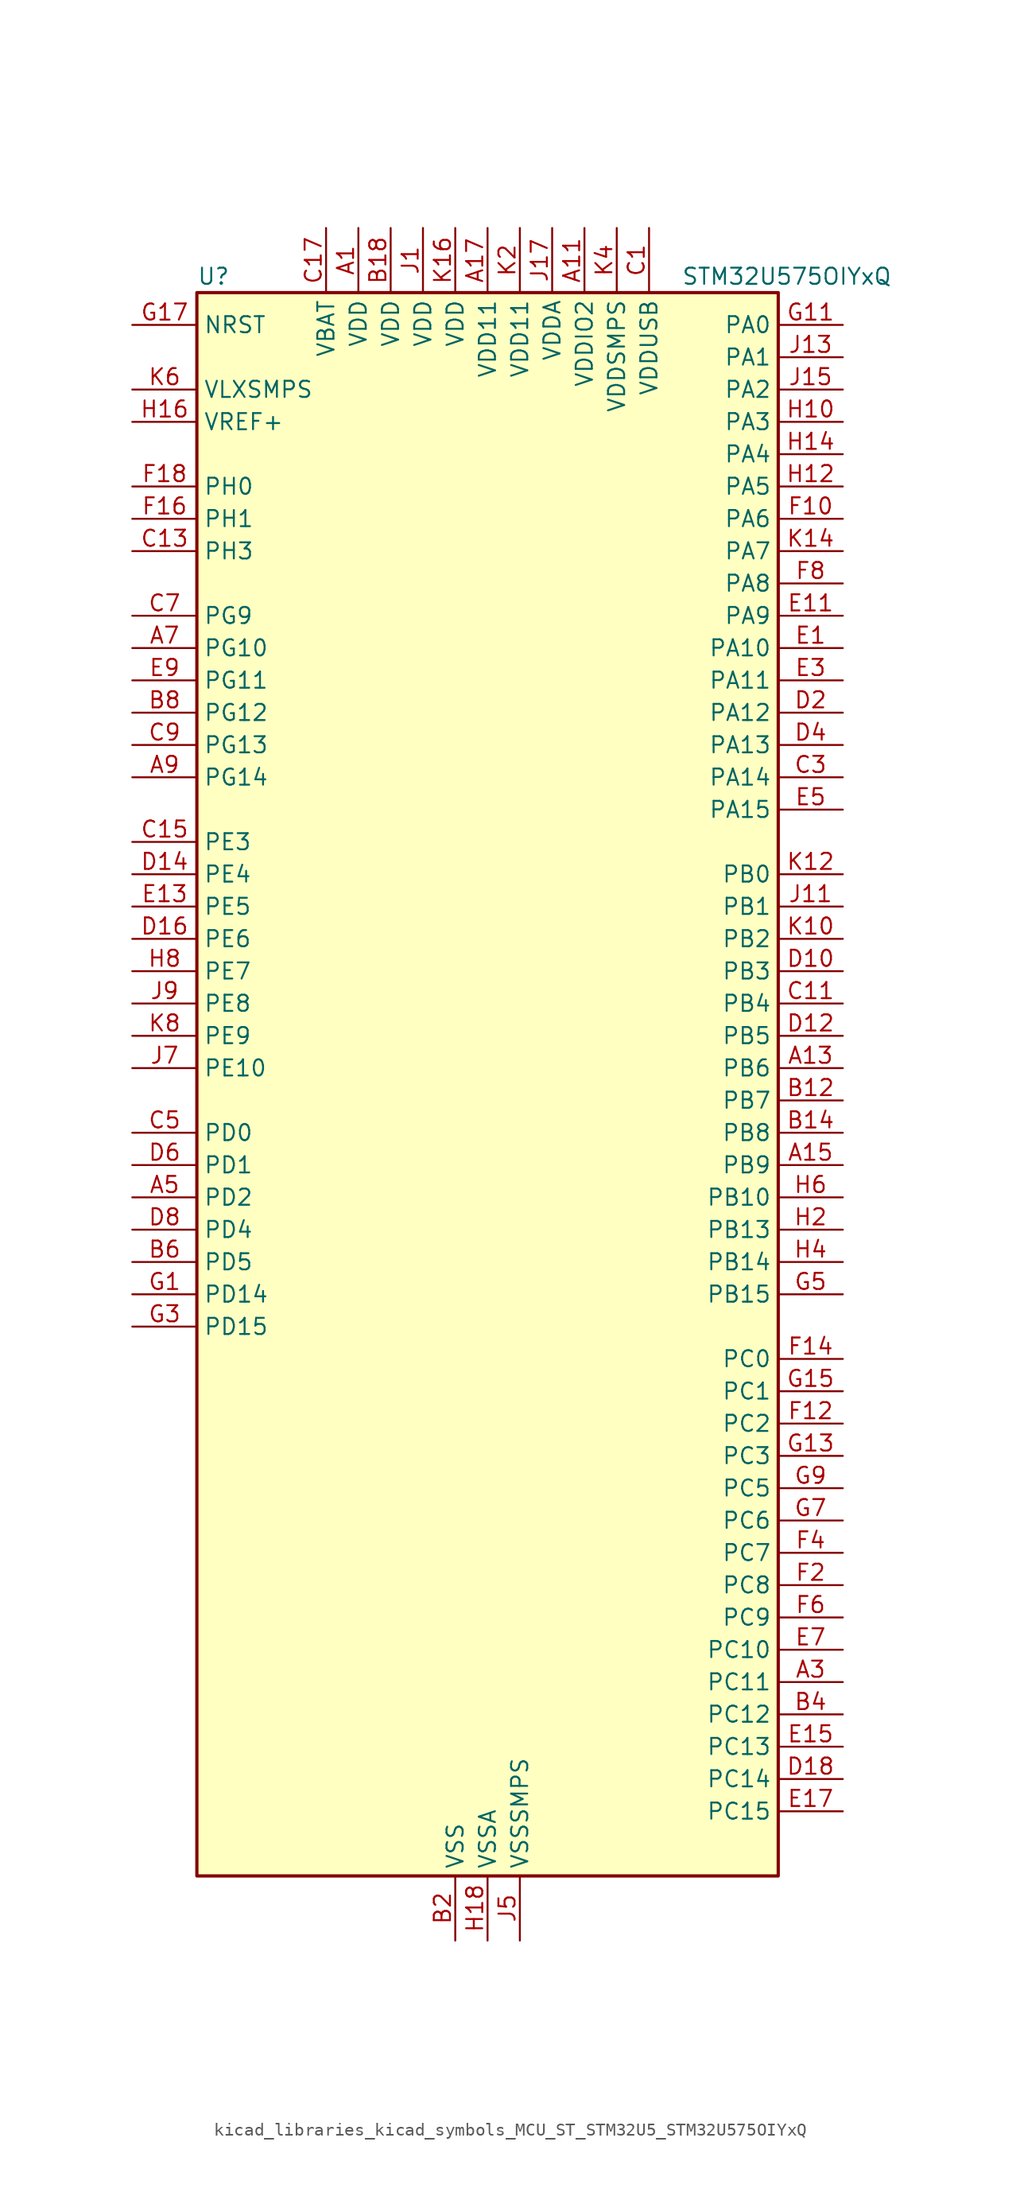
<source format=kicad_sym>
(kicad_symbol_lib
  (version 20220914)
  (generator kicad_symbol_editor)
  (symbol "kicad_libraries_kicad_symbols_MCU_ST_STM32U5_STM32U575OIYxQ"
    (property "Reference" "U"
      (at -22.86 64.77 0)
      (effects (font (size 1.27 1.27)) (justify left)))
    (property "Value" "STM32U575OIYxQ"
      (at 15.24 64.77 0)
      (effects (font (size 1.27 1.27)) (justify left)))
    (property "ki_locked" ""
      (at 0 0 0)
      (effects (font (size 1.27 1.27))))
    (symbol "kicad_libraries_kicad_symbols_MCU_ST_STM32U5_STM32U575OIYxQ_0_1"
      (rectangle (start -22.86 -60.96) (end 22.86 63.5) (stroke (width 0.254) (type default)) (fill (type background))))
    (symbol "kicad_libraries_kicad_symbols_MCU_ST_STM32U5_STM32U575OIYxQ_1_1"
      (pin power_in line (at -10.16 68.58 270) (length 5.08) (name "VDD" (effects (font (size 1.27 1.27)))) (number "A1" (effects (font (size 1.27 1.27)))))
      (pin power_in line (at 7.62 68.58 270) (length 5.08) (name "VDDIO2" (effects (font (size 1.27 1.27)))) (number "A11" (effects (font (size 1.27 1.27)))))
      (pin bidirectional line (at 27.94 2.54 180) (length 5.08) (name "PB6" (effects (font (size 1.27 1.27)))) (number "A13" (effects (font (size 1.27 1.27)))) (alternate "COMP2_INP" bidirectional line) (alternate "DCMI_D5" bidirectional line) (alternate "I2C1_SCL" bidirectional line) (alternate "I2C4_SCL" bidirectional line) (alternate "LPTIM1_ETR" bidirectional line) (alternate "MDF1_SDI5" bidirectional line) (alternate "PSSI_D5" bidirectional line) (alternate "PWR_WKUP3" bidirectional line) (alternate "SAI1_FS_B" bidirectional line) (alternate "TIM16_CH1N" bidirectional line) (alternate "TIM4_CH1" bidirectional line) (alternate "TIM8_BKIN2" bidirectional line) (alternate "TSC_G2_IO3" bidirectional line) (alternate "USART1_TX" bidirectional line))
      (pin bidirectional line (at 27.94 -5.08 180) (length 5.08) (name "PB9" (effects (font (size 1.27 1.27)))) (number "A15" (effects (font (size 1.27 1.27)))) (alternate "DAC1_EXTI9" bidirectional line) (alternate "DCMI_D7" bidirectional line) (alternate "FDCAN1_TX" bidirectional line) (alternate "I2C1_SDA" bidirectional line) (alternate "IR_OUT" bidirectional line) (alternate "PSSI_D7" bidirectional line) (alternate "SAI1_D2" bidirectional line) (alternate "SAI1_FS_A" bidirectional line) (alternate "SDMMC1_CDIR" bidirectional line) (alternate "SDMMC1_D5" bidirectional line) (alternate "SDMMC2_D5" bidirectional line) (alternate "SPI2_NSS" bidirectional line) (alternate "TIM17_CH1" bidirectional line) (alternate "TIM4_CH4" bidirectional line))
      (pin power_in line (at 0 68.58 270) (length 5.08) (name "VDD11" (effects (font (size 1.27 1.27)))) (number "A17" (effects (font (size 1.27 1.27)))))
      (pin bidirectional line (at 27.94 -45.72 180) (length 5.08) (name "PC11" (effects (font (size 1.27 1.27)))) (number "A3" (effects (font (size 1.27 1.27)))) (alternate "ADC1_EXTI11" bidirectional line) (alternate "ADF1_SDI0" bidirectional line) (alternate "DCMI_D2" bidirectional line) (alternate "DCMI_D4" bidirectional line) (alternate "LPTIM3_IN1" bidirectional line) (alternate "OCTOSPIM_P1_NCS" bidirectional line) (alternate "PSSI_D2" bidirectional line) (alternate "PSSI_D4" bidirectional line) (alternate "SDMMC1_D3" bidirectional line) (alternate "SPI3_MISO" bidirectional line) (alternate "TSC_G3_IO3" bidirectional line) (alternate "UART4_RX" bidirectional line) (alternate "UCPD1_FRSTX2" bidirectional line) (alternate "USART3_RX" bidirectional line))
      (pin bidirectional line (at -27.94 -7.62 0) (length 5.08) (name "PD2" (effects (font (size 1.27 1.27)))) (number "A5" (effects (font (size 1.27 1.27)))) (alternate "DCMI_D11" bidirectional line) (alternate "DEBUG_TRACED2" bidirectional line) (alternate "LPTIM4_ETR" bidirectional line) (alternate "PSSI_D11" bidirectional line) (alternate "SDMMC1_CMD" bidirectional line) (alternate "TIM3_ETR" bidirectional line) (alternate "TSC_SYNC" bidirectional line) (alternate "UART5_RX" bidirectional line) (alternate "USART3_DE" bidirectional line) (alternate "USART3_RTS" bidirectional line))
      (pin bidirectional line (at -27.94 35.56 0) (length 5.08) (name "PG10" (effects (font (size 1.27 1.27)))) (number "A7" (effects (font (size 1.27 1.27)))) (alternate "FMC_NE3" bidirectional line) (alternate "LPTIM1_IN1" bidirectional line) (alternate "OCTOSPIM_P2_IO7" bidirectional line) (alternate "SPI3_MISO" bidirectional line) (alternate "TIM15_CH1" bidirectional line) (alternate "USART1_RX" bidirectional line))
      (pin bidirectional line (at -27.94 25.4 0) (length 5.08) (name "PG14" (effects (font (size 1.27 1.27)))) (number "A9" (effects (font (size 1.27 1.27)))) (alternate "FMC_A25" bidirectional line) (alternate "I2C1_SCL" bidirectional line) (alternate "LPTIM1_CH2" bidirectional line))
      (pin passive line (at -2.54 -66.04 90) (length 5.08) hide (name "VSS" (effects (font (size 1.27 1.27)))) (number "B10" (effects (font (size 1.27 1.27)))))
      (pin bidirectional line (at 27.94 0 180) (length 5.08) (name "PB7" (effects (font (size 1.27 1.27)))) (number "B12" (effects (font (size 1.27 1.27)))) (alternate "COMP2_INM" bidirectional line) (alternate "DCMI_VSYNC" bidirectional line) (alternate "FMC_NL" bidirectional line) (alternate "I2C1_SDA" bidirectional line) (alternate "I2C4_SDA" bidirectional line) (alternate "LPTIM1_IN2" bidirectional line) (alternate "MDF1_CKI5" bidirectional line) (alternate "PSSI_RDY" bidirectional line) (alternate "PWR_PVD_IN" bidirectional line) (alternate "PWR_WKUP4" bidirectional line) (alternate "TIM17_CH1N" bidirectional line) (alternate "TIM4_CH2" bidirectional line) (alternate "TIM8_BKIN" bidirectional line) (alternate "TSC_G2_IO4" bidirectional line) (alternate "UART4_CTS" bidirectional line) (alternate "USART1_RX" bidirectional line))
      (pin bidirectional line (at 27.94 -2.54 180) (length 5.08) (name "PB8" (effects (font (size 1.27 1.27)))) (number "B14" (effects (font (size 1.27 1.27)))) (alternate "DCMI_D6" bidirectional line) (alternate "FDCAN1_RX" bidirectional line) (alternate "I2C1_SCL" bidirectional line) (alternate "MDF1_CCK0" bidirectional line) (alternate "PSSI_D6" bidirectional line) (alternate "PWR_WKUP5" bidirectional line) (alternate "SAI1_CK1" bidirectional line) (alternate "SAI1_MCLK_A" bidirectional line) (alternate "SDMMC1_CKIN" bidirectional line) (alternate "SDMMC1_D4" bidirectional line) (alternate "SDMMC2_D4" bidirectional line) (alternate "SPI3_RDY" bidirectional line) (alternate "TIM16_CH1" bidirectional line) (alternate "TIM4_CH3" bidirectional line))
      (pin passive line (at -2.54 -66.04 90) (length 5.08) hide (name "VSS" (effects (font (size 1.27 1.27)))) (number "B16" (effects (font (size 1.27 1.27)))))
      (pin power_in line (at -7.62 68.58 270) (length 5.08) (name "VDD" (effects (font (size 1.27 1.27)))) (number "B18" (effects (font (size 1.27 1.27)))))
      (pin power_in line (at -2.54 -66.04 90) (length 5.08) (name "VSS" (effects (font (size 1.27 1.27)))) (number "B2" (effects (font (size 1.27 1.27)))))
      (pin bidirectional line (at 27.94 -48.26 180) (length 5.08) (name "PC12" (effects (font (size 1.27 1.27)))) (number "B4" (effects (font (size 1.27 1.27)))) (alternate "DCMI_D9" bidirectional line) (alternate "DEBUG_TRACED3" bidirectional line) (alternate "PSSI_D9" bidirectional line) (alternate "SDMMC1_CK" bidirectional line) (alternate "SPI3_MOSI" bidirectional line) (alternate "TSC_G3_IO4" bidirectional line) (alternate "UART5_TX" bidirectional line) (alternate "USART3_CK" bidirectional line))
      (pin bidirectional line (at -27.94 -12.7 0) (length 5.08) (name "PD5" (effects (font (size 1.27 1.27)))) (number "B6" (effects (font (size 1.27 1.27)))) (alternate "FMC_NWE" bidirectional line) (alternate "OCTOSPIM_P1_IO5" bidirectional line) (alternate "SPI2_RDY" bidirectional line) (alternate "USART2_TX" bidirectional line))
      (pin bidirectional line (at -27.94 30.48 0) (length 5.08) (name "PG12" (effects (font (size 1.27 1.27)))) (number "B8" (effects (font (size 1.27 1.27)))) (alternate "FMC_NE4" bidirectional line) (alternate "LPTIM1_ETR" bidirectional line) (alternate "OCTOSPIM_P2_NCS" bidirectional line) (alternate "SPI3_NSS" bidirectional line) (alternate "USART1_DE" bidirectional line) (alternate "USART1_RTS" bidirectional line))
      (pin power_in line (at 12.7 68.58 270) (length 5.08) (name "VDDUSB" (effects (font (size 1.27 1.27)))) (number "C1" (effects (font (size 1.27 1.27)))))
      (pin bidirectional line (at 27.94 7.62 180) (length 5.08) (name "PB4" (effects (font (size 1.27 1.27)))) (number "C11" (effects (font (size 1.27 1.27)))) (alternate "ADF1_SDI0" bidirectional line) (alternate "COMP2_INP" bidirectional line) (alternate "DCMI_D12" bidirectional line) (alternate "DEBUG_JTRST" bidirectional line) (alternate "I2C3_SDA" bidirectional line) (alternate "LPTIM1_CH2" bidirectional line) (alternate "PSSI_D12" bidirectional line) (alternate "SAI1_MCLK_B" bidirectional line) (alternate "SDMMC2_D3" bidirectional line) (alternate "SPI1_MISO" bidirectional line) (alternate "SPI3_MISO" bidirectional line) (alternate "TIM17_BKIN" bidirectional line) (alternate "TIM3_CH1" bidirectional line) (alternate "TSC_G2_IO1" bidirectional line) (alternate "UART5_DE" bidirectional line) (alternate "UART5_RTS" bidirectional line) (alternate "USART1_CTS" bidirectional line))
      (pin bidirectional line (at -27.94 43.18 0) (length 5.08) (name "PH3" (effects (font (size 1.27 1.27)))) (number "C13" (effects (font (size 1.27 1.27)))))
      (pin bidirectional line (at -27.94 20.32 0) (length 5.08) (name "PE3" (effects (font (size 1.27 1.27)))) (number "C15" (effects (font (size 1.27 1.27)))) (alternate "DEBUG_TRACED0" bidirectional line) (alternate "FMC_A19" bidirectional line) (alternate "OCTOSPIM_P1_DQS" bidirectional line) (alternate "SAI1_SD_B" bidirectional line) (alternate "TAMP_IN6" bidirectional line) (alternate "TAMP_OUT3" bidirectional line) (alternate "TIM3_CH1" bidirectional line) (alternate "TSC_G7_IO2" bidirectional line))
      (pin power_in line (at -12.7 68.58 270) (length 5.08) (name "VBAT" (effects (font (size 1.27 1.27)))) (number "C17" (effects (font (size 1.27 1.27)))))
      (pin bidirectional line (at 27.94 25.4 180) (length 5.08) (name "PA14" (effects (font (size 1.27 1.27)))) (number "C3" (effects (font (size 1.27 1.27)))) (alternate "DEBUG_JTCK-SWCLK" bidirectional line) (alternate "I2C1_SMBA" bidirectional line) (alternate "I2C4_SMBA" bidirectional line) (alternate "LPTIM1_CH1" bidirectional line) (alternate "SAI1_FS_B" bidirectional line) (alternate "USB_OTG_FS_SOF" bidirectional line))
      (pin bidirectional line (at -27.94 -2.54 0) (length 5.08) (name "PD0" (effects (font (size 1.27 1.27)))) (number "C5" (effects (font (size 1.27 1.27)))) (alternate "FDCAN1_RX" bidirectional line) (alternate "FMC_D2" bidirectional line) (alternate "FMC_DA2" bidirectional line) (alternate "SPI2_NSS" bidirectional line) (alternate "TIM8_CH4N" bidirectional line))
      (pin bidirectional line (at -27.94 38.1 0) (length 5.08) (name "PG9" (effects (font (size 1.27 1.27)))) (number "C7" (effects (font (size 1.27 1.27)))) (alternate "DAC1_EXTI9" bidirectional line) (alternate "FMC_NCE" bidirectional line) (alternate "FMC_NE2" bidirectional line) (alternate "OCTOSPIM_P2_IO6" bidirectional line) (alternate "SPI3_SCK" bidirectional line) (alternate "TIM15_CH1N" bidirectional line) (alternate "USART1_TX" bidirectional line))
      (pin bidirectional line (at -27.94 27.94 0) (length 5.08) (name "PG13" (effects (font (size 1.27 1.27)))) (number "C9" (effects (font (size 1.27 1.27)))) (alternate "FMC_A24" bidirectional line) (alternate "I2C1_SDA" bidirectional line) (alternate "SPI3_RDY" bidirectional line) (alternate "USART1_CK" bidirectional line))
      (pin bidirectional line (at 27.94 10.16 180) (length 5.08) (name "PB3" (effects (font (size 1.27 1.27)))) (number "D10" (effects (font (size 1.27 1.27)))) (alternate "ADF1_CCK0" bidirectional line) (alternate "COMP2_INM" bidirectional line) (alternate "CRS_SYNC" bidirectional line) (alternate "DEBUG_JTDO-SWO" bidirectional line) (alternate "I2C1_SDA" bidirectional line) (alternate "LPTIM1_CH1" bidirectional line) (alternate "SAI1_SCK_B" bidirectional line) (alternate "SDMMC2_D2" bidirectional line) (alternate "SPI1_SCK" bidirectional line) (alternate "SPI3_SCK" bidirectional line) (alternate "TIM2_CH2" bidirectional line) (alternate "USART1_DE" bidirectional line) (alternate "USART1_RTS" bidirectional line))
      (pin bidirectional line (at 27.94 5.08 180) (length 5.08) (name "PB5" (effects (font (size 1.27 1.27)))) (number "D12" (effects (font (size 1.27 1.27)))) (alternate "COMP2_OUT" bidirectional line) (alternate "DCMI_D10" bidirectional line) (alternate "I2C1_SMBA" bidirectional line) (alternate "LPTIM1_IN1" bidirectional line) (alternate "OCTOSPIM_P1_NCLK" bidirectional line) (alternate "PSSI_D10" bidirectional line) (alternate "PWR_WKUP6" bidirectional line) (alternate "SAI1_SD_B" bidirectional line) (alternate "SPI1_MOSI" bidirectional line) (alternate "SPI3_MOSI" bidirectional line) (alternate "TIM16_BKIN" bidirectional line) (alternate "TIM3_CH2" bidirectional line) (alternate "TSC_G2_IO2" bidirectional line) (alternate "UART5_CTS" bidirectional line) (alternate "UCPD1_DBCC1" bidirectional line) (alternate "USART1_CK" bidirectional line))
      (pin bidirectional line (at -27.94 17.78 0) (length 5.08) (name "PE4" (effects (font (size 1.27 1.27)))) (number "D14" (effects (font (size 1.27 1.27)))) (alternate "DCMI_D4" bidirectional line) (alternate "DEBUG_TRACED1" bidirectional line) (alternate "FMC_A20" bidirectional line) (alternate "MDF1_SDI3" bidirectional line) (alternate "PSSI_D4" bidirectional line) (alternate "PWR_WKUP1" bidirectional line) (alternate "SAI1_D2" bidirectional line) (alternate "SAI1_FS_A" bidirectional line) (alternate "TAMP_IN7" bidirectional line) (alternate "TAMP_OUT8" bidirectional line) (alternate "TIM3_CH2" bidirectional line) (alternate "TSC_G7_IO3" bidirectional line))
      (pin bidirectional line (at -27.94 12.7 0) (length 5.08) (name "PE6" (effects (font (size 1.27 1.27)))) (number "D16" (effects (font (size 1.27 1.27)))) (alternate "DCMI_D7" bidirectional line) (alternate "DEBUG_TRACED3" bidirectional line) (alternate "FMC_A22" bidirectional line) (alternate "PSSI_D7" bidirectional line) (alternate "PWR_WKUP3" bidirectional line) (alternate "SAI1_D1" bidirectional line) (alternate "SAI1_SD_A" bidirectional line) (alternate "TAMP_IN3" bidirectional line) (alternate "TAMP_OUT6" bidirectional line) (alternate "TIM3_CH4" bidirectional line))
      (pin bidirectional line (at 27.94 -53.34 180) (length 5.08) (name "PC14" (effects (font (size 1.27 1.27)))) (number "D18" (effects (font (size 1.27 1.27)))) (alternate "RCC_OSC32_IN" bidirectional line))
      (pin bidirectional line (at 27.94 30.48 180) (length 5.08) (name "PA12" (effects (font (size 1.27 1.27)))) (number "D2" (effects (font (size 1.27 1.27)))) (alternate "FDCAN1_TX" bidirectional line) (alternate "OCTOSPIM_P2_NCS" bidirectional line) (alternate "SPI1_MOSI" bidirectional line) (alternate "TIM1_ETR" bidirectional line) (alternate "USART1_DE" bidirectional line) (alternate "USART1_RTS" bidirectional line) (alternate "USB_OTG_FS_DP" bidirectional line))
      (pin bidirectional line (at 27.94 27.94 180) (length 5.08) (name "PA13" (effects (font (size 1.27 1.27)))) (number "D4" (effects (font (size 1.27 1.27)))) (alternate "DEBUG_JTMS-SWDIO" bidirectional line) (alternate "IR_OUT" bidirectional line) (alternate "SAI1_SD_B" bidirectional line) (alternate "USB_OTG_FS_NOE" bidirectional line))
      (pin bidirectional line (at -27.94 -5.08 0) (length 5.08) (name "PD1" (effects (font (size 1.27 1.27)))) (number "D6" (effects (font (size 1.27 1.27)))) (alternate "FDCAN1_TX" bidirectional line) (alternate "FMC_D3" bidirectional line) (alternate "FMC_DA3" bidirectional line) (alternate "SPI2_SCK" bidirectional line))
      (pin bidirectional line (at -27.94 -10.16 0) (length 5.08) (name "PD4" (effects (font (size 1.27 1.27)))) (number "D8" (effects (font (size 1.27 1.27)))) (alternate "FMC_NOE" bidirectional line) (alternate "MDF1_CKI0" bidirectional line) (alternate "OCTOSPIM_P1_IO4" bidirectional line) (alternate "SPI2_MOSI" bidirectional line) (alternate "USART2_DE" bidirectional line) (alternate "USART2_RTS" bidirectional line))
      (pin bidirectional line (at 27.94 35.56 180) (length 5.08) (name "PA10" (effects (font (size 1.27 1.27)))) (number "E1" (effects (font (size 1.27 1.27)))) (alternate "CRS_SYNC" bidirectional line) (alternate "DCMI_D1" bidirectional line) (alternate "LPTIM2_IN2" bidirectional line) (alternate "PSSI_D1" bidirectional line) (alternate "SAI1_D1" bidirectional line) (alternate "SAI1_SD_A" bidirectional line) (alternate "TIM17_BKIN" bidirectional line) (alternate "TIM1_CH3" bidirectional line) (alternate "USART1_RX" bidirectional line) (alternate "USB_OTG_FS_ID" bidirectional line))
      (pin bidirectional line (at 27.94 38.1 180) (length 5.08) (name "PA9" (effects (font (size 1.27 1.27)))) (number "E11" (effects (font (size 1.27 1.27)))) (alternate "DAC1_EXTI9" bidirectional line) (alternate "DCMI_D0" bidirectional line) (alternate "PSSI_D0" bidirectional line) (alternate "SAI1_FS_A" bidirectional line) (alternate "SPI2_SCK" bidirectional line) (alternate "TIM15_BKIN" bidirectional line) (alternate "TIM1_CH2" bidirectional line) (alternate "USART1_TX" bidirectional line) (alternate "USB_OTG_FS_VBUS" bidirectional line))
      (pin bidirectional line (at -27.94 15.24 0) (length 5.08) (name "PE5" (effects (font (size 1.27 1.27)))) (number "E13" (effects (font (size 1.27 1.27)))) (alternate "DCMI_D6" bidirectional line) (alternate "DEBUG_TRACED2" bidirectional line) (alternate "FMC_A21" bidirectional line) (alternate "MDF1_CKI3" bidirectional line) (alternate "PSSI_D6" bidirectional line) (alternate "PWR_WKUP2" bidirectional line) (alternate "SAI1_CK2" bidirectional line) (alternate "SAI1_SCK_A" bidirectional line) (alternate "TAMP_IN8" bidirectional line) (alternate "TAMP_OUT7" bidirectional line) (alternate "TIM3_CH3" bidirectional line) (alternate "TSC_G7_IO4" bidirectional line))
      (pin bidirectional line (at 27.94 -50.8 180) (length 5.08) (name "PC13" (effects (font (size 1.27 1.27)))) (number "E15" (effects (font (size 1.27 1.27)))) (alternate "PWR_WKUP2" bidirectional line) (alternate "RTC_OUT1" bidirectional line) (alternate "RTC_TS" bidirectional line) (alternate "TAMP_IN1" bidirectional line) (alternate "TAMP_OUT2" bidirectional line))
      (pin bidirectional line (at 27.94 -55.88 180) (length 5.08) (name "PC15" (effects (font (size 1.27 1.27)))) (number "E17" (effects (font (size 1.27 1.27)))) (alternate "ADC1_EXTI15" bidirectional line) (alternate "ADC4_EXTI15" bidirectional line) (alternate "RCC_OSC32_OUT" bidirectional line))
      (pin bidirectional line (at 27.94 33.02 180) (length 5.08) (name "PA11" (effects (font (size 1.27 1.27)))) (number "E3" (effects (font (size 1.27 1.27)))) (alternate "ADC1_EXTI11" bidirectional line) (alternate "FDCAN1_RX" bidirectional line) (alternate "SPI1_MISO" bidirectional line) (alternate "TIM1_BKIN2" bidirectional line) (alternate "TIM1_CH4" bidirectional line) (alternate "USART1_CTS" bidirectional line) (alternate "USB_OTG_FS_DM" bidirectional line))
      (pin bidirectional line (at 27.94 22.86 180) (length 5.08) (name "PA15" (effects (font (size 1.27 1.27)))) (number "E5" (effects (font (size 1.27 1.27)))) (alternate "ADC1_EXTI15" bidirectional line) (alternate "ADC4_EXTI15" bidirectional line) (alternate "DEBUG_JTDI" bidirectional line) (alternate "SPI1_NSS" bidirectional line) (alternate "SPI3_NSS" bidirectional line) (alternate "TIM2_CH1" bidirectional line) (alternate "TIM2_ETR" bidirectional line) (alternate "UART4_DE" bidirectional line) (alternate "UART4_RTS" bidirectional line) (alternate "UCPD1_CC1" bidirectional line) (alternate "USART2_RX" bidirectional line) (alternate "USART3_DE" bidirectional line) (alternate "USART3_RTS" bidirectional line))
      (pin bidirectional line (at 27.94 -43.18 180) (length 5.08) (name "PC10" (effects (font (size 1.27 1.27)))) (number "E7" (effects (font (size 1.27 1.27)))) (alternate "ADF1_CCK1" bidirectional line) (alternate "DCMI_D8" bidirectional line) (alternate "DEBUG_TRACED1" bidirectional line) (alternate "LPTIM3_ETR" bidirectional line) (alternate "PSSI_D8" bidirectional line) (alternate "SDMMC1_D2" bidirectional line) (alternate "SPI3_SCK" bidirectional line) (alternate "TSC_G3_IO2" bidirectional line) (alternate "UART4_TX" bidirectional line) (alternate "USART3_TX" bidirectional line))
      (pin bidirectional line (at -27.94 33.02 0) (length 5.08) (name "PG11" (effects (font (size 1.27 1.27)))) (number "E9" (effects (font (size 1.27 1.27)))) (alternate "ADC1_EXTI11" bidirectional line) (alternate "LPTIM1_IN2" bidirectional line) (alternate "OCTOSPIM_P1_IO5" bidirectional line) (alternate "SPI3_MOSI" bidirectional line) (alternate "TIM15_CH2" bidirectional line) (alternate "USART1_CTS" bidirectional line))
      (pin bidirectional line (at 27.94 45.72 180) (length 5.08) (name "PA6" (effects (font (size 1.27 1.27)))) (number "F10" (effects (font (size 1.27 1.27)))) (alternate "ADC1_IN11" bidirectional line) (alternate "ADC4_IN11" bidirectional line) (alternate "DCMI_PIXCLK" bidirectional line) (alternate "LPUART1_CTS" bidirectional line) (alternate "OCTOSPIM_P1_IO3" bidirectional line) (alternate "OPAMP2_VINP" bidirectional line) (alternate "PSSI_PDCK" bidirectional line) (alternate "PWR_CDSTOP" bidirectional line) (alternate "PWR_WKUP7" bidirectional line) (alternate "SPI1_MISO" bidirectional line) (alternate "TIM16_CH1" bidirectional line) (alternate "TIM1_BKIN" bidirectional line) (alternate "TIM3_CH1" bidirectional line) (alternate "TIM8_BKIN" bidirectional line) (alternate "USART3_CTS" bidirectional line))
      (pin bidirectional line (at 27.94 -25.4 180) (length 5.08) (name "PC2" (effects (font (size 1.27 1.27)))) (number "F12" (effects (font (size 1.27 1.27)))) (alternate "ADC1_IN3" bidirectional line) (alternate "ADC4_IN3" bidirectional line) (alternate "LPTIM1_IN2" bidirectional line) (alternate "MDF1_CCK1" bidirectional line) (alternate "OCTOSPIM_P1_IO5" bidirectional line) (alternate "SPI2_MISO" bidirectional line))
      (pin bidirectional line (at 27.94 -20.32 180) (length 5.08) (name "PC0" (effects (font (size 1.27 1.27)))) (number "F14" (effects (font (size 1.27 1.27)))) (alternate "ADC1_IN1" bidirectional line) (alternate "ADC4_IN1" bidirectional line) (alternate "I2C3_SCL" bidirectional line) (alternate "LPTIM1_IN1" bidirectional line) (alternate "LPTIM2_IN1" bidirectional line) (alternate "LPUART1_RX" bidirectional line) (alternate "MDF1_SDI4" bidirectional line) (alternate "OCTOSPIM_P1_IO7" bidirectional line) (alternate "SDMMC1_D5" bidirectional line) (alternate "SPI2_RDY" bidirectional line))
      (pin bidirectional line (at -27.94 45.72 0) (length 5.08) (name "PH1" (effects (font (size 1.27 1.27)))) (number "F16" (effects (font (size 1.27 1.27)))) (alternate "RCC_OSC_OUT" bidirectional line))
      (pin bidirectional line (at -27.94 48.26 0) (length 5.08) (name "PH0" (effects (font (size 1.27 1.27)))) (number "F18" (effects (font (size 1.27 1.27)))) (alternate "RCC_OSC_IN" bidirectional line))
      (pin bidirectional line (at 27.94 -38.1 180) (length 5.08) (name "PC8" (effects (font (size 1.27 1.27)))) (number "F2" (effects (font (size 1.27 1.27)))) (alternate "DCMI_D2" bidirectional line) (alternate "LPTIM3_CH1" bidirectional line) (alternate "PSSI_D2" bidirectional line) (alternate "PWR_SRDSTOP" bidirectional line) (alternate "SDMMC1_D0" bidirectional line) (alternate "TIM3_CH3" bidirectional line) (alternate "TIM8_CH3" bidirectional line) (alternate "TSC_G4_IO3" bidirectional line))
      (pin bidirectional line (at 27.94 -35.56 180) (length 5.08) (name "PC7" (effects (font (size 1.27 1.27)))) (number "F4" (effects (font (size 1.27 1.27)))) (alternate "DCMI_D1" bidirectional line) (alternate "LPTIM2_CH2" bidirectional line) (alternate "MDF1_SDI3" bidirectional line) (alternate "PSSI_D1" bidirectional line) (alternate "PWR_CDSTOP" bidirectional line) (alternate "SDMMC1_D123DIR" bidirectional line) (alternate "SDMMC1_D7" bidirectional line) (alternate "SDMMC2_D7" bidirectional line) (alternate "TIM3_CH2" bidirectional line) (alternate "TIM8_CH2" bidirectional line) (alternate "TSC_G4_IO2" bidirectional line))
      (pin bidirectional line (at 27.94 -40.64 180) (length 5.08) (name "PC9" (effects (font (size 1.27 1.27)))) (number "F6" (effects (font (size 1.27 1.27)))) (alternate "DAC1_EXTI9" bidirectional line) (alternate "DCMI_D3" bidirectional line) (alternate "DEBUG_TRACED0" bidirectional line) (alternate "LPTIM3_CH2" bidirectional line) (alternate "PSSI_D3" bidirectional line) (alternate "SDMMC1_D1" bidirectional line) (alternate "TIM3_CH4" bidirectional line) (alternate "TIM8_BKIN2" bidirectional line) (alternate "TIM8_CH4" bidirectional line) (alternate "TSC_G4_IO4" bidirectional line) (alternate "USB_OTG_FS_NOE" bidirectional line))
      (pin bidirectional line (at 27.94 40.64 180) (length 5.08) (name "PA8" (effects (font (size 1.27 1.27)))) (number "F8" (effects (font (size 1.27 1.27)))) (alternate "DEBUG_TRACECLK" bidirectional line) (alternate "LPTIM2_CH1" bidirectional line) (alternate "RCC_MCO" bidirectional line) (alternate "SAI1_CK2" bidirectional line) (alternate "SAI1_SCK_A" bidirectional line) (alternate "SPI1_RDY" bidirectional line) (alternate "TIM1_CH1" bidirectional line) (alternate "USART1_CK" bidirectional line) (alternate "USB_OTG_FS_SOF" bidirectional line))
      (pin bidirectional line (at -27.94 -15.24 0) (length 5.08) (name "PD14" (effects (font (size 1.27 1.27)))) (number "G1" (effects (font (size 1.27 1.27)))) (alternate "FMC_D0" bidirectional line) (alternate "FMC_DA0" bidirectional line) (alternate "LPTIM3_CH1" bidirectional line) (alternate "TIM4_CH3" bidirectional line))
      (pin bidirectional line (at 27.94 60.96 180) (length 5.08) (name "PA0" (effects (font (size 1.27 1.27)))) (number "G11" (effects (font (size 1.27 1.27)))) (alternate "ADC1_IN5" bidirectional line) (alternate "AUDIOCLK" bidirectional line) (alternate "OCTOSPIM_P2_NCS" bidirectional line) (alternate "OPAMP1_VINP" bidirectional line) (alternate "PWR_WKUP1" bidirectional line) (alternate "SDMMC2_CMD" bidirectional line) (alternate "SPI3_RDY" bidirectional line) (alternate "TAMP_IN2" bidirectional line) (alternate "TAMP_OUT1" bidirectional line) (alternate "TIM2_CH1" bidirectional line) (alternate "TIM2_ETR" bidirectional line) (alternate "TIM5_CH1" bidirectional line) (alternate "TIM8_ETR" bidirectional line) (alternate "UART4_TX" bidirectional line) (alternate "USART2_CTS" bidirectional line))
      (pin bidirectional line (at 27.94 -27.94 180) (length 5.08) (name "PC3" (effects (font (size 1.27 1.27)))) (number "G13" (effects (font (size 1.27 1.27)))) (alternate "ADC1_IN4" bidirectional line) (alternate "ADC4_IN4" bidirectional line) (alternate "LPTIM1_ETR" bidirectional line) (alternate "LPTIM2_ETR" bidirectional line) (alternate "LPTIM3_CH1" bidirectional line) (alternate "OCTOSPIM_P1_IO6" bidirectional line) (alternate "SAI1_D1" bidirectional line) (alternate "SAI1_SD_A" bidirectional line) (alternate "SPI2_MOSI" bidirectional line))
      (pin bidirectional line (at 27.94 -22.86 180) (length 5.08) (name "PC1" (effects (font (size 1.27 1.27)))) (number "G15" (effects (font (size 1.27 1.27)))) (alternate "ADC1_IN2" bidirectional line) (alternate "ADC4_IN2" bidirectional line) (alternate "DEBUG_TRACED0" bidirectional line) (alternate "I2C3_SDA" bidirectional line) (alternate "LPTIM1_CH1" bidirectional line) (alternate "LPUART1_TX" bidirectional line) (alternate "MDF1_CKI4" bidirectional line) (alternate "OCTOSPIM_P1_IO4" bidirectional line) (alternate "SAI1_SD_A" bidirectional line) (alternate "SDMMC2_CK" bidirectional line) (alternate "SPI2_MOSI" bidirectional line))
      (pin input line (at -27.94 60.96 0) (length 5.08) (name "NRST" (effects (font (size 1.27 1.27)))) (number "G17" (effects (font (size 1.27 1.27)))))
      (pin bidirectional line (at -27.94 -17.78 0) (length 5.08) (name "PD15" (effects (font (size 1.27 1.27)))) (number "G3" (effects (font (size 1.27 1.27)))) (alternate "ADC1_EXTI15" bidirectional line) (alternate "ADC4_EXTI15" bidirectional line) (alternate "FMC_D1" bidirectional line) (alternate "FMC_DA1" bidirectional line) (alternate "LPTIM3_CH2" bidirectional line) (alternate "TIM4_CH4" bidirectional line))
      (pin bidirectional line (at 27.94 -15.24 180) (length 5.08) (name "PB15" (effects (font (size 1.27 1.27)))) (number "G5" (effects (font (size 1.27 1.27)))) (alternate "ADC1_EXTI15" bidirectional line) (alternate "ADC4_EXTI15" bidirectional line) (alternate "FMC_NBL1" bidirectional line) (alternate "LPTIM2_IN2" bidirectional line) (alternate "MDF1_CKI2" bidirectional line) (alternate "PWR_WKUP7" bidirectional line) (alternate "RTC_REFIN" bidirectional line) (alternate "SDMMC2_D1" bidirectional line) (alternate "SPI2_MOSI" bidirectional line) (alternate "TIM15_CH2" bidirectional line) (alternate "TIM1_CH3N" bidirectional line) (alternate "TIM8_CH3N" bidirectional line) (alternate "UCPD1_CC2" bidirectional line))
      (pin bidirectional line (at 27.94 -33.02 180) (length 5.08) (name "PC6" (effects (font (size 1.27 1.27)))) (number "G7" (effects (font (size 1.27 1.27)))) (alternate "DCMI_D0" bidirectional line) (alternate "MDF1_CKI3" bidirectional line) (alternate "PSSI_D0" bidirectional line) (alternate "PWR_CSLEEP" bidirectional line) (alternate "SDMMC1_D0DIR" bidirectional line) (alternate "SDMMC1_D6" bidirectional line) (alternate "SDMMC2_D6" bidirectional line) (alternate "TIM3_CH1" bidirectional line) (alternate "TIM8_CH1" bidirectional line) (alternate "TSC_G4_IO1" bidirectional line))
      (pin bidirectional line (at 27.94 -30.48 180) (length 5.08) (name "PC5" (effects (font (size 1.27 1.27)))) (number "G9" (effects (font (size 1.27 1.27)))) (alternate "ADC1_IN14" bidirectional line) (alternate "ADC4_IN23" bidirectional line) (alternate "COMP1_INP" bidirectional line) (alternate "PSSI_D15" bidirectional line) (alternate "PWR_WKUP5" bidirectional line) (alternate "SAI1_D3" bidirectional line) (alternate "TAMP_IN4" bidirectional line) (alternate "TAMP_OUT5" bidirectional line) (alternate "TIM1_CH4N" bidirectional line) (alternate "USART3_RX" bidirectional line))
      (pin bidirectional line (at 27.94 53.34 180) (length 5.08) (name "PA3" (effects (font (size 1.27 1.27)))) (number "H10" (effects (font (size 1.27 1.27)))) (alternate "ADC1_IN8" bidirectional line) (alternate "LPUART1_RX" bidirectional line) (alternate "OCTOSPIM_P1_CLK" bidirectional line) (alternate "OPAMP1_VOUT" bidirectional line) (alternate "PWR_WKUP5" bidirectional line) (alternate "SAI1_CK1" bidirectional line) (alternate "SAI1_MCLK_A" bidirectional line) (alternate "TIM15_CH2" bidirectional line) (alternate "TIM2_CH4" bidirectional line) (alternate "TIM5_CH4" bidirectional line) (alternate "USART2_RX" bidirectional line))
      (pin bidirectional line (at 27.94 48.26 180) (length 5.08) (name "PA5" (effects (font (size 1.27 1.27)))) (number "H12" (effects (font (size 1.27 1.27)))) (alternate "ADC1_IN10" bidirectional line) (alternate "ADC4_IN10" bidirectional line) (alternate "DAC1_OUT2" bidirectional line) (alternate "LPTIM2_ETR" bidirectional line) (alternate "PSSI_D14" bidirectional line) (alternate "PWR_CSLEEP" bidirectional line) (alternate "PWR_WKUP6" bidirectional line) (alternate "SPI1_SCK" bidirectional line) (alternate "TIM2_CH1" bidirectional line) (alternate "TIM2_ETR" bidirectional line) (alternate "TIM8_CH1N" bidirectional line) (alternate "USART3_RX" bidirectional line))
      (pin bidirectional line (at 27.94 50.8 180) (length 5.08) (name "PA4" (effects (font (size 1.27 1.27)))) (number "H14" (effects (font (size 1.27 1.27)))) (alternate "ADC1_IN9" bidirectional line) (alternate "ADC4_IN9" bidirectional line) (alternate "DAC1_OUT1" bidirectional line) (alternate "DCMI_HSYNC" bidirectional line) (alternate "LPTIM2_CH1" bidirectional line) (alternate "OCTOSPIM_P1_NCS" bidirectional line) (alternate "PSSI_DE" bidirectional line) (alternate "PWR_WKUP2" bidirectional line) (alternate "SAI1_FS_B" bidirectional line) (alternate "SPI1_NSS" bidirectional line) (alternate "SPI3_NSS" bidirectional line) (alternate "USART2_CK" bidirectional line))
      (pin input line (at -27.94 53.34 0) (length 5.08) (name "VREF+" (effects (font (size 1.27 1.27)))) (number "H16" (effects (font (size 1.27 1.27)))) (alternate "VREFBUF_OUT" bidirectional line))
      (pin power_in line (at 0 -66.04 90) (length 5.08) (name "VSSA" (effects (font (size 1.27 1.27)))) (number "H18" (effects (font (size 1.27 1.27)))))
      (pin bidirectional line (at 27.94 -10.16 180) (length 5.08) (name "PB13" (effects (font (size 1.27 1.27)))) (number "H2" (effects (font (size 1.27 1.27)))) (alternate "I2C2_SCL" bidirectional line) (alternate "LPTIM3_IN1" bidirectional line) (alternate "LPUART1_CTS" bidirectional line) (alternate "MDF1_CKI1" bidirectional line) (alternate "SPI2_SCK" bidirectional line) (alternate "TIM15_CH1N" bidirectional line) (alternate "TIM1_CH1N" bidirectional line) (alternate "TSC_G1_IO2" bidirectional line) (alternate "USART3_CTS" bidirectional line))
      (pin bidirectional line (at 27.94 -12.7 180) (length 5.08) (name "PB14" (effects (font (size 1.27 1.27)))) (number "H4" (effects (font (size 1.27 1.27)))) (alternate "I2C2_SDA" bidirectional line) (alternate "LPTIM3_ETR" bidirectional line) (alternate "MDF1_SDI2" bidirectional line) (alternate "SDMMC2_D0" bidirectional line) (alternate "SPI2_MISO" bidirectional line) (alternate "TIM15_CH1" bidirectional line) (alternate "TIM1_CH2N" bidirectional line) (alternate "TIM8_CH2N" bidirectional line) (alternate "TSC_G1_IO3" bidirectional line) (alternate "UCPD1_DBCC2" bidirectional line) (alternate "USART3_DE" bidirectional line) (alternate "USART3_RTS" bidirectional line))
      (pin bidirectional line (at 27.94 -7.62 180) (length 5.08) (name "PB10" (effects (font (size 1.27 1.27)))) (number "H6" (effects (font (size 1.27 1.27)))) (alternate "COMP1_OUT" bidirectional line) (alternate "I2C2_SCL" bidirectional line) (alternate "I2C4_SCL" bidirectional line) (alternate "LPTIM3_CH1" bidirectional line) (alternate "LPUART1_RX" bidirectional line) (alternate "OCTOSPIM_P1_CLK" bidirectional line) (alternate "PWR_WKUP8" bidirectional line) (alternate "SAI1_SCK_A" bidirectional line) (alternate "SPI2_SCK" bidirectional line) (alternate "TIM2_CH3" bidirectional line) (alternate "TSC_SYNC" bidirectional line) (alternate "USART3_TX" bidirectional line))
      (pin bidirectional line (at -27.94 10.16 0) (length 5.08) (name "PE7" (effects (font (size 1.27 1.27)))) (number "H8" (effects (font (size 1.27 1.27)))) (alternate "FMC_D4" bidirectional line) (alternate "FMC_DA4" bidirectional line) (alternate "MDF1_SDI2" bidirectional line) (alternate "PWR_WKUP6" bidirectional line) (alternate "SAI1_SD_B" bidirectional line) (alternate "TIM1_ETR" bidirectional line))
      (pin power_in line (at -5.08 68.58 270) (length 5.08) (name "VDD" (effects (font (size 1.27 1.27)))) (number "J1" (effects (font (size 1.27 1.27)))))
      (pin bidirectional line (at 27.94 15.24 180) (length 5.08) (name "PB1" (effects (font (size 1.27 1.27)))) (number "J11" (effects (font (size 1.27 1.27)))) (alternate "ADC1_IN16" bidirectional line) (alternate "ADC4_IN19" bidirectional line) (alternate "COMP1_INM" bidirectional line) (alternate "LPTIM2_IN1" bidirectional line) (alternate "LPTIM3_CH2" bidirectional line) (alternate "LPUART1_DE" bidirectional line) (alternate "LPUART1_RTS" bidirectional line) (alternate "MDF1_SDI0" bidirectional line) (alternate "OCTOSPIM_P1_IO0" bidirectional line) (alternate "PWR_WKUP4" bidirectional line) (alternate "TIM1_CH3N" bidirectional line) (alternate "TIM3_CH4" bidirectional line) (alternate "TIM8_CH3N" bidirectional line) (alternate "USART3_DE" bidirectional line) (alternate "USART3_RTS" bidirectional line))
      (pin bidirectional line (at 27.94 58.42 180) (length 5.08) (name "PA1" (effects (font (size 1.27 1.27)))) (number "J13" (effects (font (size 1.27 1.27)))) (alternate "ADC1_IN6" bidirectional line) (alternate "I2C1_SMBA" bidirectional line) (alternate "LPTIM1_CH2" bidirectional line) (alternate "OCTOSPIM_P1_DQS" bidirectional line) (alternate "OPAMP1_VINM" bidirectional line) (alternate "PWR_WKUP3" bidirectional line) (alternate "SPI1_SCK" bidirectional line) (alternate "TAMP_IN5" bidirectional line) (alternate "TAMP_OUT4" bidirectional line) (alternate "TIM15_CH1N" bidirectional line) (alternate "TIM2_CH2" bidirectional line) (alternate "TIM5_CH2" bidirectional line) (alternate "UART4_RX" bidirectional line) (alternate "USART2_DE" bidirectional line) (alternate "USART2_RTS" bidirectional line))
      (pin bidirectional line (at 27.94 55.88 180) (length 5.08) (name "PA2" (effects (font (size 1.27 1.27)))) (number "J15" (effects (font (size 1.27 1.27)))) (alternate "ADC1_IN7" bidirectional line) (alternate "COMP1_INP" bidirectional line) (alternate "LPUART1_TX" bidirectional line) (alternate "OCTOSPIM_P1_NCS" bidirectional line) (alternate "PWR_WKUP4" bidirectional line) (alternate "RCC_LSCO" bidirectional line) (alternate "SPI1_RDY" bidirectional line) (alternate "TIM15_CH1" bidirectional line) (alternate "TIM2_CH3" bidirectional line) (alternate "TIM5_CH3" bidirectional line) (alternate "UCPD1_FRSTX1" bidirectional line) (alternate "USART2_TX" bidirectional line))
      (pin power_in line (at 5.08 68.58 270) (length 5.08) (name "VDDA" (effects (font (size 1.27 1.27)))) (number "J17" (effects (font (size 1.27 1.27)))))
      (pin passive line (at -2.54 -66.04 90) (length 5.08) hide (name "VSS" (effects (font (size 1.27 1.27)))) (number "J3" (effects (font (size 1.27 1.27)))))
      (pin power_in line (at 2.54 -66.04 90) (length 5.08) (name "VSSSMPS" (effects (font (size 1.27 1.27)))) (number "J5" (effects (font (size 1.27 1.27)))))
      (pin bidirectional line (at -27.94 2.54 0) (length 5.08) (name "PE10" (effects (font (size 1.27 1.27)))) (number "J7" (effects (font (size 1.27 1.27)))) (alternate "ADF1_SDI0" bidirectional line) (alternate "FMC_D7" bidirectional line) (alternate "FMC_DA7" bidirectional line) (alternate "MDF1_SDI4" bidirectional line) (alternate "OCTOSPIM_P1_CLK" bidirectional line) (alternate "SAI1_MCLK_B" bidirectional line) (alternate "TIM1_CH2N" bidirectional line) (alternate "TSC_G5_IO1" bidirectional line))
      (pin bidirectional line (at -27.94 7.62 0) (length 5.08) (name "PE8" (effects (font (size 1.27 1.27)))) (number "J9" (effects (font (size 1.27 1.27)))) (alternate "FMC_D5" bidirectional line) (alternate "FMC_DA5" bidirectional line) (alternate "MDF1_CKI2" bidirectional line) (alternate "PWR_WKUP7" bidirectional line) (alternate "SAI1_SCK_B" bidirectional line) (alternate "TIM1_CH1N" bidirectional line))
      (pin bidirectional line (at 27.94 12.7 180) (length 5.08) (name "PB2" (effects (font (size 1.27 1.27)))) (number "K10" (effects (font (size 1.27 1.27)))) (alternate "ADC1_IN17" bidirectional line) (alternate "COMP1_INP" bidirectional line) (alternate "I2C3_SMBA" bidirectional line) (alternate "LPTIM1_CH1" bidirectional line) (alternate "MDF1_CKI0" bidirectional line) (alternate "OCTOSPIM_P1_DQS" bidirectional line) (alternate "PWR_WKUP1" bidirectional line) (alternate "RTC_OUT2" bidirectional line) (alternate "SPI1_RDY" bidirectional line) (alternate "TIM8_CH4N" bidirectional line) (alternate "UCPD1_FRSTX1" bidirectional line))
      (pin bidirectional line (at 27.94 17.78 180) (length 5.08) (name "PB0" (effects (font (size 1.27 1.27)))) (number "K12" (effects (font (size 1.27 1.27)))) (alternate "ADC1_IN15" bidirectional line) (alternate "ADC4_IN18" bidirectional line) (alternate "AUDIOCLK" bidirectional line) (alternate "COMP1_OUT" bidirectional line) (alternate "LPTIM3_CH1" bidirectional line) (alternate "OCTOSPIM_P1_IO1" bidirectional line) (alternate "OPAMP2_VOUT" bidirectional line) (alternate "SPI1_NSS" bidirectional line) (alternate "TIM1_CH2N" bidirectional line) (alternate "TIM3_CH3" bidirectional line) (alternate "TIM8_CH2N" bidirectional line) (alternate "USART3_CK" bidirectional line))
      (pin bidirectional line (at 27.94 43.18 180) (length 5.08) (name "PA7" (effects (font (size 1.27 1.27)))) (number "K14" (effects (font (size 1.27 1.27)))) (alternate "ADC1_IN12" bidirectional line) (alternate "ADC4_IN20" bidirectional line) (alternate "I2C3_SCL" bidirectional line) (alternate "LPTIM2_CH2" bidirectional line) (alternate "OCTOSPIM_P1_IO2" bidirectional line) (alternate "OPAMP2_VINM" bidirectional line) (alternate "PWR_SRDSTOP" bidirectional line) (alternate "PWR_WKUP8" bidirectional line) (alternate "SPI1_MOSI" bidirectional line) (alternate "TIM17_CH1" bidirectional line) (alternate "TIM1_CH1N" bidirectional line) (alternate "TIM3_CH2" bidirectional line) (alternate "TIM8_CH1N" bidirectional line) (alternate "USART3_TX" bidirectional line))
      (pin power_in line (at -2.54 68.58 270) (length 5.08) (name "VDD" (effects (font (size 1.27 1.27)))) (number "K16" (effects (font (size 1.27 1.27)))))
      (pin passive line (at -2.54 -66.04 90) (length 5.08) hide (name "VSS" (effects (font (size 1.27 1.27)))) (number "K18" (effects (font (size 1.27 1.27)))))
      (pin power_in line (at 2.54 68.58 270) (length 5.08) (name "VDD11" (effects (font (size 1.27 1.27)))) (number "K2" (effects (font (size 1.27 1.27)))))
      (pin power_in line (at 10.16 68.58 270) (length 5.08) (name "VDDSMPS" (effects (font (size 1.27 1.27)))) (number "K4" (effects (font (size 1.27 1.27)))))
      (pin power_in line (at -27.94 55.88 0) (length 5.08) (name "VLXSMPS" (effects (font (size 1.27 1.27)))) (number "K6" (effects (font (size 1.27 1.27)))))
      (pin bidirectional line (at -27.94 5.08 0) (length 5.08) (name "PE9" (effects (font (size 1.27 1.27)))) (number "K8" (effects (font (size 1.27 1.27)))) (alternate "ADF1_CCK0" bidirectional line) (alternate "DAC1_EXTI9" bidirectional line) (alternate "FMC_D6" bidirectional line) (alternate "FMC_DA6" bidirectional line) (alternate "MDF1_CCK0" bidirectional line) (alternate "OCTOSPIM_P1_NCLK" bidirectional line) (alternate "SAI1_FS_B" bidirectional line) (alternate "TIM1_CH1" bidirectional line)))))
</source>
